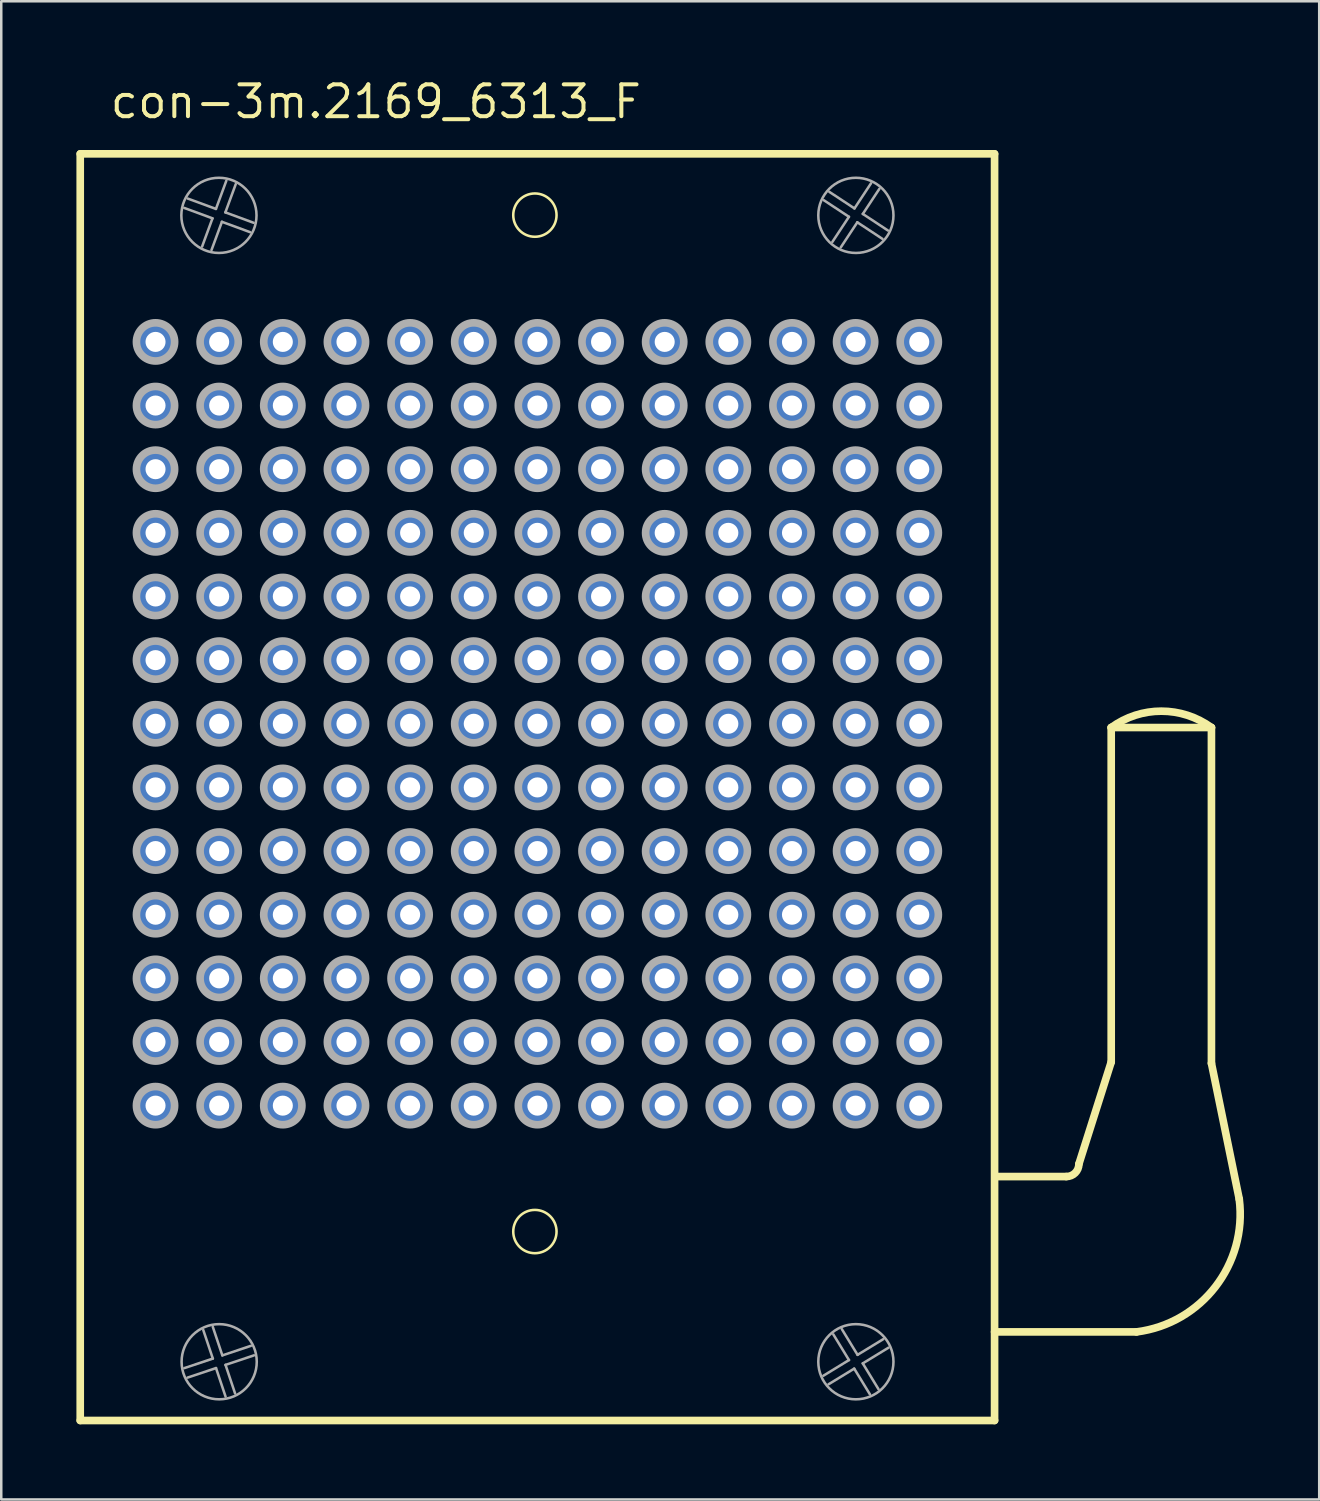
<source format=kicad_pcb>
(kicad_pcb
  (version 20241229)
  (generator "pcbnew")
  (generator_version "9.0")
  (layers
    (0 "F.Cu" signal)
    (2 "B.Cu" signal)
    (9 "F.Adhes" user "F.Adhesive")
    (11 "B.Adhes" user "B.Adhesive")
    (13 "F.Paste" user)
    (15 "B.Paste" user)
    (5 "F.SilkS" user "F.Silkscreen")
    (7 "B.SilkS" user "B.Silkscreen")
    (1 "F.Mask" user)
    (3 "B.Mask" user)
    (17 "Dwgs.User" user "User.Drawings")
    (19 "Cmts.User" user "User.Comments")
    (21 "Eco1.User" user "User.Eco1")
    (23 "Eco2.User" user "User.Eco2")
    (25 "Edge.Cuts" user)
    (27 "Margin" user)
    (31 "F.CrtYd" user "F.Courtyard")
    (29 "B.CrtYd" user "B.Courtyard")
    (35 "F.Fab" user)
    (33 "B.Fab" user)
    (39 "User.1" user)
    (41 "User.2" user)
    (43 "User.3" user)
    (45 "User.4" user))
  (footprint "con-3m.2169_6313_F"
    (layer "F.Cu")
    (at 18.397 25.835)
    (property "Reference" "con-3m.2169_6313_F" (at -17.135 -24.085 0) (layer "F.SilkS") (effects (font (size 1.27 1.27) (thickness 0.16)) (justify left bottom)))
    (attr through_hole)
    (fp_line (start -18.245 -22.745) (end 18.245 -22.745) (stroke (width 0.305) (type default)) (layer "F.SilkS"))
    (fp_line (start -18.245 27.805) (end -18.245 -22.745) (stroke (width 0.305) (type default)) (layer "F.SilkS"))
    (fp_line (start 18.245 -22.745) (end 18.245 27.805) (stroke (width 0.305) (type default)) (layer "F.SilkS"))
    (fp_line (start 18.245 27.805) (end -18.245 27.805) (stroke (width 0.305) (type default)) (layer "F.SilkS"))
    (fp_line (start 21.11 18.07) (end 18.346 18.07) (stroke (width 0.305) (type default)) (layer "F.SilkS"))
    (fp_line (start 21.61 17.57) (end 22.9 13.5) (stroke (width 0.305) (type default)) (layer "F.SilkS"))
    (fp_line (start 22.9 0.15) (end 26.9 0.15) (stroke (width 0.305) (type default)) (layer "F.SilkS"))
    (fp_line (start 22.9 13.5) (end 22.9 0.15) (stroke (width 0.305) (type default)) (layer "F.SilkS"))
    (fp_line (start 23.91 24.27) (end 18.246 24.27) (stroke (width 0.305) (type default)) (layer "F.SilkS"))
    (fp_line (start 26.9 0.15) (end 26.9 13.55) (stroke (width 0.305) (type default)) (layer "F.SilkS"))
    (fp_line (start 26.9 13.55) (end 28.01 18.97) (stroke (width 0.305) (type default)) (layer "F.SilkS"))
    (fp_arc (start 21.61 17.57) (mid 21.463553 17.923553) (end 21.11 18.07) (stroke (width 0.3048) (type default)) (layer "F.SilkS"))
    (fp_arc (start 22.9 0.15) (mid 24.9 -0.503325) (end 26.9 0.15) (stroke (width 0.3048) (type default)) (layer "F.SilkS"))
    (fp_arc (start 28.01 18.97) (mid 27.057666 22.469138) (end 23.91 24.27) (stroke (width 0.3048) (type default)) (layer "F.SilkS"))
    (fp_circle (center -0.1 -20.3) (end 0.764 -20.3) (stroke (width 0.102) (type default)) (fill no) (layer "F.SilkS"))
    (fp_circle (center -0.1 20.265) (end 0.764 20.265) (stroke (width 0.102) (type default)) (fill no) (layer "F.SilkS"))
    (fp_line (start -14.091 25.715) (end -12.953 25.334) (stroke (width 0.102) (type default)) (layer "F.Fab"))
    (fp_line (start -13.955 -20.961) (end -12.829 -20.547) (stroke (width 0.102) (type default)) (layer "F.Fab"))
    (fp_line (start -13.381 -19.045) (end -12.967 -20.171) (stroke (width 0.102) (type default)) (layer "F.Fab"))
    (fp_line (start -12.967 -20.171) (end -14.093 -20.586) (stroke (width 0.102) (type default)) (layer "F.Fab"))
    (fp_line (start -12.954 24.069) (end -12.574 25.207) (stroke (width 0.102) (type default)) (layer "F.Fab"))
    (fp_line (start -12.953 25.334) (end -13.334 24.196) (stroke (width 0.102) (type default)) (layer "F.Fab"))
    (fp_line (start -12.829 -20.547) (end -12.414 -21.673) (stroke (width 0.102) (type default)) (layer "F.Fab"))
    (fp_line (start -12.826 25.713) (end -13.964 26.094) (stroke (width 0.102) (type default)) (layer "F.Fab"))
    (fp_line (start -12.591 -20.033) (end -13.006 -18.907) (stroke (width 0.102) (type default)) (layer "F.Fab"))
    (fp_line (start -12.574 25.207) (end -11.436 24.826) (stroke (width 0.102) (type default)) (layer "F.Fab"))
    (fp_line (start -12.453 -20.409) (end -11.327 -19.994) (stroke (width 0.102) (type default)) (layer "F.Fab"))
    (fp_line (start -12.447 25.586) (end -12.066 26.724) (stroke (width 0.102) (type default)) (layer "F.Fab"))
    (fp_line (start -12.445 26.851) (end -12.826 25.713) (stroke (width 0.102) (type default)) (layer "F.Fab"))
    (fp_line (start -12.039 -21.535) (end -12.453 -20.409) (stroke (width 0.102) (type default)) (layer "F.Fab"))
    (fp_line (start -11.465 -19.619) (end -12.591 -20.033) (stroke (width 0.102) (type default)) (layer "F.Fab"))
    (fp_line (start -11.309 25.205) (end -12.447 25.586) (stroke (width 0.102) (type default)) (layer "F.Fab"))
    (fp_line (start 11.411 26.019) (end 12.435 25.393) (stroke (width 0.102) (type default)) (layer "F.Fab"))
    (fp_line (start 11.651 -21.228) (end 12.653 -20.567) (stroke (width 0.102) (type default)) (layer "F.Fab"))
    (fp_line (start 11.772 -19.231) (end 12.433 -20.233) (stroke (width 0.102) (type default)) (layer "F.Fab"))
    (fp_line (start 12.151 24.161) (end 12.777 25.185) (stroke (width 0.102) (type default)) (layer "F.Fab"))
    (fp_line (start 12.433 -20.233) (end 11.431 -20.894) (stroke (width 0.102) (type default)) (layer "F.Fab"))
    (fp_line (start 12.435 25.393) (end 11.81 24.369) (stroke (width 0.102) (type default)) (layer "F.Fab"))
    (fp_line (start 12.643 25.735) (end 11.619 26.36) (stroke (width 0.102) (type default)) (layer "F.Fab"))
    (fp_line (start 12.653 -20.567) (end 13.314 -21.569) (stroke (width 0.102) (type default)) (layer "F.Fab"))
    (fp_line (start 12.767 -20.013) (end 12.106 -19.011) (stroke (width 0.102) (type default)) (layer "F.Fab"))
    (fp_line (start 12.777 25.185) (end 13.801 24.56) (stroke (width 0.102) (type default)) (layer "F.Fab"))
    (fp_line (start 12.985 25.526) (end 13.61 26.551) (stroke (width 0.102) (type default)) (layer "F.Fab"))
    (fp_line (start 12.987 -20.347) (end 13.989 -19.686) (stroke (width 0.102) (type default)) (layer "F.Fab"))
    (fp_line (start 13.269 26.759) (end 12.643 25.735) (stroke (width 0.102) (type default)) (layer "F.Fab"))
    (fp_line (start 13.648 -21.349) (end 12.987 -20.347) (stroke (width 0.102) (type default)) (layer "F.Fab"))
    (fp_line (start 13.769 -19.352) (end 12.767 -20.013) (stroke (width 0.102) (type default)) (layer "F.Fab"))
    (fp_line (start 14.009 24.901) (end 12.985 25.526) (stroke (width 0.102) (type default)) (layer "F.Fab"))
    (fp_circle (center -15.24 -15.24) (end -14.478 -15.24) (stroke (width 0.305) (type default)) (fill no) (layer "F.Fab"))
    (fp_circle (center -15.24 -12.7) (end -14.478 -12.7) (stroke (width 0.305) (type default)) (fill no) (layer "F.Fab"))
    (fp_circle (center -15.24 -10.16) (end -14.478 -10.16) (stroke (width 0.305) (type default)) (fill no) (layer "F.Fab"))
    (fp_circle (center -15.24 -7.62) (end -14.478 -7.62) (stroke (width 0.305) (type default)) (fill no) (layer "F.Fab"))
    (fp_circle (center -15.24 -5.08) (end -14.478 -5.08) (stroke (width 0.305) (type default)) (fill no) (layer "F.Fab"))
    (fp_circle (center -15.24 -2.54) (end -14.478 -2.54) (stroke (width 0.305) (type default)) (fill no) (layer "F.Fab"))
    (fp_circle (center -15.24 0) (end -14.478 0) (stroke (width 0.305) (type default)) (fill no) (layer "F.Fab"))
    (fp_circle (center -15.24 2.54) (end -14.478 2.54) (stroke (width 0.305) (type default)) (fill no) (layer "F.Fab"))
    (fp_circle (center -15.24 5.08) (end -14.478 5.08) (stroke (width 0.305) (type default)) (fill no) (layer "F.Fab"))
    (fp_circle (center -15.24 7.62) (end -14.478 7.62) (stroke (width 0.305) (type default)) (fill no) (layer "F.Fab"))
    (fp_circle (center -15.24 10.16) (end -14.478 10.16) (stroke (width 0.305) (type default)) (fill no) (layer "F.Fab"))
    (fp_circle (center -15.24 12.7) (end -14.478 12.7) (stroke (width 0.305) (type default)) (fill no) (layer "F.Fab"))
    (fp_circle (center -15.24 15.24) (end -14.478 15.24) (stroke (width 0.305) (type default)) (fill no) (layer "F.Fab"))
    (fp_circle (center -12.71 -20.29) (end -11.21 -20.29) (stroke (width 0.102) (type default)) (fill no) (layer "F.Fab"))
    (fp_circle (center -12.7 -15.24) (end -11.938 -15.24) (stroke (width 0.305) (type default)) (fill no) (layer "F.Fab"))
    (fp_circle (center -12.7 -12.7) (end -11.938 -12.7) (stroke (width 0.305) (type default)) (fill no) (layer "F.Fab"))
    (fp_circle (center -12.7 -10.16) (end -11.938 -10.16) (stroke (width 0.305) (type default)) (fill no) (layer "F.Fab"))
    (fp_circle (center -12.7 -7.62) (end -11.938 -7.62) (stroke (width 0.305) (type default)) (fill no) (layer "F.Fab"))
    (fp_circle (center -12.7 -5.08) (end -11.938 -5.08) (stroke (width 0.305) (type default)) (fill no) (layer "F.Fab"))
    (fp_circle (center -12.7 -2.54) (end -11.938 -2.54) (stroke (width 0.305) (type default)) (fill no) (layer "F.Fab"))
    (fp_circle (center -12.7 0) (end -11.938 0) (stroke (width 0.305) (type default)) (fill no) (layer "F.Fab"))
    (fp_circle (center -12.7 2.54) (end -11.938 2.54) (stroke (width 0.305) (type default)) (fill no) (layer "F.Fab"))
    (fp_circle (center -12.7 5.08) (end -11.938 5.08) (stroke (width 0.305) (type default)) (fill no) (layer "F.Fab"))
    (fp_circle (center -12.7 7.62) (end -11.938 7.62) (stroke (width 0.305) (type default)) (fill no) (layer "F.Fab"))
    (fp_circle (center -12.7 10.16) (end -11.938 10.16) (stroke (width 0.305) (type default)) (fill no) (layer "F.Fab"))
    (fp_circle (center -12.7 12.7) (end -11.938 12.7) (stroke (width 0.305) (type default)) (fill no) (layer "F.Fab"))
    (fp_circle (center -12.7 15.24) (end -11.938 15.24) (stroke (width 0.305) (type default)) (fill no) (layer "F.Fab"))
    (fp_circle (center -12.7 25.46) (end -11.2 25.46) (stroke (width 0.102) (type default)) (fill no) (layer "F.Fab"))
    (fp_circle (center -10.16 -15.24) (end -9.398 -15.24) (stroke (width 0.305) (type default)) (fill no) (layer "F.Fab"))
    (fp_circle (center -10.16 -12.7) (end -9.398 -12.7) (stroke (width 0.305) (type default)) (fill no) (layer "F.Fab"))
    (fp_circle (center -10.16 -10.16) (end -9.398 -10.16) (stroke (width 0.305) (type default)) (fill no) (layer "F.Fab"))
    (fp_circle (center -10.16 -7.62) (end -9.398 -7.62) (stroke (width 0.305) (type default)) (fill no) (layer "F.Fab"))
    (fp_circle (center -10.16 -5.08) (end -9.398 -5.08) (stroke (width 0.305) (type default)) (fill no) (layer "F.Fab"))
    (fp_circle (center -10.16 -2.54) (end -9.398 -2.54) (stroke (width 0.305) (type default)) (fill no) (layer "F.Fab"))
    (fp_circle (center -10.16 0) (end -9.398 0) (stroke (width 0.305) (type default)) (fill no) (layer "F.Fab"))
    (fp_circle (center -10.16 2.54) (end -9.398 2.54) (stroke (width 0.305) (type default)) (fill no) (layer "F.Fab"))
    (fp_circle (center -10.16 5.08) (end -9.398 5.08) (stroke (width 0.305) (type default)) (fill no) (layer "F.Fab"))
    (fp_circle (center -10.16 7.62) (end -9.398 7.62) (stroke (width 0.305) (type default)) (fill no) (layer "F.Fab"))
    (fp_circle (center -10.16 10.16) (end -9.398 10.16) (stroke (width 0.305) (type default)) (fill no) (layer "F.Fab"))
    (fp_circle (center -10.16 12.7) (end -9.398 12.7) (stroke (width 0.305) (type default)) (fill no) (layer "F.Fab"))
    (fp_circle (center -10.16 15.24) (end -9.398 15.24) (stroke (width 0.305) (type default)) (fill no) (layer "F.Fab"))
    (fp_circle (center -7.62 -15.24) (end -6.858 -15.24) (stroke (width 0.305) (type default)) (fill no) (layer "F.Fab"))
    (fp_circle (center -7.62 -12.7) (end -6.858 -12.7) (stroke (width 0.305) (type default)) (fill no) (layer "F.Fab"))
    (fp_circle (center -7.62 -10.16) (end -6.858 -10.16) (stroke (width 0.305) (type default)) (fill no) (layer "F.Fab"))
    (fp_circle (center -7.62 -7.62) (end -6.858 -7.62) (stroke (width 0.305) (type default)) (fill no) (layer "F.Fab"))
    (fp_circle (center -7.62 -5.08) (end -6.858 -5.08) (stroke (width 0.305) (type default)) (fill no) (layer "F.Fab"))
    (fp_circle (center -7.62 -2.54) (end -6.858 -2.54) (stroke (width 0.305) (type default)) (fill no) (layer "F.Fab"))
    (fp_circle (center -7.62 0) (end -6.858 0) (stroke (width 0.305) (type default)) (fill no) (layer "F.Fab"))
    (fp_circle (center -7.62 2.54) (end -6.858 2.54) (stroke (width 0.305) (type default)) (fill no) (layer "F.Fab"))
    (fp_circle (center -7.62 5.08) (end -6.858 5.08) (stroke (width 0.305) (type default)) (fill no) (layer "F.Fab"))
    (fp_circle (center -7.62 7.62) (end -6.858 7.62) (stroke (width 0.305) (type default)) (fill no) (layer "F.Fab"))
    (fp_circle (center -7.62 10.16) (end -6.858 10.16) (stroke (width 0.305) (type default)) (fill no) (layer "F.Fab"))
    (fp_circle (center -7.62 12.7) (end -6.858 12.7) (stroke (width 0.305) (type default)) (fill no) (layer "F.Fab"))
    (fp_circle (center -7.62 15.24) (end -6.858 15.24) (stroke (width 0.305) (type default)) (fill no) (layer "F.Fab"))
    (fp_circle (center -5.08 -15.24) (end -4.318 -15.24) (stroke (width 0.305) (type default)) (fill no) (layer "F.Fab"))
    (fp_circle (center -5.08 -12.7) (end -4.318 -12.7) (stroke (width 0.305) (type default)) (fill no) (layer "F.Fab"))
    (fp_circle (center -5.08 -10.16) (end -4.318 -10.16) (stroke (width 0.305) (type default)) (fill no) (layer "F.Fab"))
    (fp_circle (center -5.08 -7.62) (end -4.318 -7.62) (stroke (width 0.305) (type default)) (fill no) (layer "F.Fab"))
    (fp_circle (center -5.08 -5.08) (end -4.318 -5.08) (stroke (width 0.305) (type default)) (fill no) (layer "F.Fab"))
    (fp_circle (center -5.08 -2.54) (end -4.318 -2.54) (stroke (width 0.305) (type default)) (fill no) (layer "F.Fab"))
    (fp_circle (center -5.08 0) (end -4.318 0) (stroke (width 0.305) (type default)) (fill no) (layer "F.Fab"))
    (fp_circle (center -5.08 2.54) (end -4.318 2.54) (stroke (width 0.305) (type default)) (fill no) (layer "F.Fab"))
    (fp_circle (center -5.08 5.08) (end -4.318 5.08) (stroke (width 0.305) (type default)) (fill no) (layer "F.Fab"))
    (fp_circle (center -5.08 7.62) (end -4.318 7.62) (stroke (width 0.305) (type default)) (fill no) (layer "F.Fab"))
    (fp_circle (center -5.08 10.16) (end -4.318 10.16) (stroke (width 0.305) (type default)) (fill no) (layer "F.Fab"))
    (fp_circle (center -5.08 12.7) (end -4.318 12.7) (stroke (width 0.305) (type default)) (fill no) (layer "F.Fab"))
    (fp_circle (center -5.08 15.24) (end -4.318 15.24) (stroke (width 0.305) (type default)) (fill no) (layer "F.Fab"))
    (fp_circle (center -2.54 -15.24) (end -1.778 -15.24) (stroke (width 0.305) (type default)) (fill no) (layer "F.Fab"))
    (fp_circle (center -2.54 -12.7) (end -1.778 -12.7) (stroke (width 0.305) (type default)) (fill no) (layer "F.Fab"))
    (fp_circle (center -2.54 -10.16) (end -1.778 -10.16) (stroke (width 0.305) (type default)) (fill no) (layer "F.Fab"))
    (fp_circle (center -2.54 -7.62) (end -1.778 -7.62) (stroke (width 0.305) (type default)) (fill no) (layer "F.Fab"))
    (fp_circle (center -2.54 -5.08) (end -1.778 -5.08) (stroke (width 0.305) (type default)) (fill no) (layer "F.Fab"))
    (fp_circle (center -2.54 -2.54) (end -1.778 -2.54) (stroke (width 0.305) (type default)) (fill no) (layer "F.Fab"))
    (fp_circle (center -2.54 0) (end -1.778 0) (stroke (width 0.305) (type default)) (fill no) (layer "F.Fab"))
    (fp_circle (center -2.54 2.54) (end -1.778 2.54) (stroke (width 0.305) (type default)) (fill no) (layer "F.Fab"))
    (fp_circle (center -2.54 5.08) (end -1.778 5.08) (stroke (width 0.305) (type default)) (fill no) (layer "F.Fab"))
    (fp_circle (center -2.54 7.62) (end -1.778 7.62) (stroke (width 0.305) (type default)) (fill no) (layer "F.Fab"))
    (fp_circle (center -2.54 10.16) (end -1.778 10.16) (stroke (width 0.305) (type default)) (fill no) (layer "F.Fab"))
    (fp_circle (center -2.54 12.7) (end -1.778 12.7) (stroke (width 0.305) (type default)) (fill no) (layer "F.Fab"))
    (fp_circle (center -2.54 15.24) (end -1.778 15.24) (stroke (width 0.305) (type default)) (fill no) (layer "F.Fab"))
    (fp_circle (center 0 -15.24) (end 0.762 -15.24) (stroke (width 0.305) (type default)) (fill no) (layer "F.Fab"))
    (fp_circle (center 0 -12.7) (end 0.762 -12.7) (stroke (width 0.305) (type default)) (fill no) (layer "F.Fab"))
    (fp_circle (center 0 -10.16) (end 0.762 -10.16) (stroke (width 0.305) (type default)) (fill no) (layer "F.Fab"))
    (fp_circle (center 0 -7.62) (end 0.762 -7.62) (stroke (width 0.305) (type default)) (fill no) (layer "F.Fab"))
    (fp_circle (center 0 -5.08) (end 0.762 -5.08) (stroke (width 0.305) (type default)) (fill no) (layer "F.Fab"))
    (fp_circle (center 0 -2.54) (end 0.762 -2.54) (stroke (width 0.305) (type default)) (fill no) (layer "F.Fab"))
    (fp_circle (center 0 0) (end 0.762 0) (stroke (width 0.305) (type default)) (fill no) (layer "F.Fab"))
    (fp_circle (center 0 2.54) (end 0.762 2.54) (stroke (width 0.305) (type default)) (fill no) (layer "F.Fab"))
    (fp_circle (center 0 5.08) (end 0.762 5.08) (stroke (width 0.305) (type default)) (fill no) (layer "F.Fab"))
    (fp_circle (center 0 7.62) (end 0.762 7.62) (stroke (width 0.305) (type default)) (fill no) (layer "F.Fab"))
    (fp_circle (center 0 10.16) (end 0.762 10.16) (stroke (width 0.305) (type default)) (fill no) (layer "F.Fab"))
    (fp_circle (center 0 12.7) (end 0.762 12.7) (stroke (width 0.305) (type default)) (fill no) (layer "F.Fab"))
    (fp_circle (center 0 15.24) (end 0.762 15.24) (stroke (width 0.305) (type default)) (fill no) (layer "F.Fab"))
    (fp_circle (center 2.54 -15.24) (end 3.302 -15.24) (stroke (width 0.305) (type default)) (fill no) (layer "F.Fab"))
    (fp_circle (center 2.54 -12.7) (end 3.302 -12.7) (stroke (width 0.305) (type default)) (fill no) (layer "F.Fab"))
    (fp_circle (center 2.54 -10.16) (end 3.302 -10.16) (stroke (width 0.305) (type default)) (fill no) (layer "F.Fab"))
    (fp_circle (center 2.54 -7.62) (end 3.302 -7.62) (stroke (width 0.305) (type default)) (fill no) (layer "F.Fab"))
    (fp_circle (center 2.54 -5.08) (end 3.302 -5.08) (stroke (width 0.305) (type default)) (fill no) (layer "F.Fab"))
    (fp_circle (center 2.54 -2.54) (end 3.302 -2.54) (stroke (width 0.305) (type default)) (fill no) (layer "F.Fab"))
    (fp_circle (center 2.54 0) (end 3.302 0) (stroke (width 0.305) (type default)) (fill no) (layer "F.Fab"))
    (fp_circle (center 2.54 2.54) (end 3.302 2.54) (stroke (width 0.305) (type default)) (fill no) (layer "F.Fab"))
    (fp_circle (center 2.54 5.08) (end 3.302 5.08) (stroke (width 0.305) (type default)) (fill no) (layer "F.Fab"))
    (fp_circle (center 2.54 7.62) (end 3.302 7.62) (stroke (width 0.305) (type default)) (fill no) (layer "F.Fab"))
    (fp_circle (center 2.54 10.16) (end 3.302 10.16) (stroke (width 0.305) (type default)) (fill no) (layer "F.Fab"))
    (fp_circle (center 2.54 12.7) (end 3.302 12.7) (stroke (width 0.305) (type default)) (fill no) (layer "F.Fab"))
    (fp_circle (center 2.54 15.24) (end 3.302 15.24) (stroke (width 0.305) (type default)) (fill no) (layer "F.Fab"))
    (fp_circle (center 5.08 -15.24) (end 5.842 -15.24) (stroke (width 0.305) (type default)) (fill no) (layer "F.Fab"))
    (fp_circle (center 5.08 -12.7) (end 5.842 -12.7) (stroke (width 0.305) (type default)) (fill no) (layer "F.Fab"))
    (fp_circle (center 5.08 -10.16) (end 5.842 -10.16) (stroke (width 0.305) (type default)) (fill no) (layer "F.Fab"))
    (fp_circle (center 5.08 -7.62) (end 5.842 -7.62) (stroke (width 0.305) (type default)) (fill no) (layer "F.Fab"))
    (fp_circle (center 5.08 -5.08) (end 5.842 -5.08) (stroke (width 0.305) (type default)) (fill no) (layer "F.Fab"))
    (fp_circle (center 5.08 -2.54) (end 5.842 -2.54) (stroke (width 0.305) (type default)) (fill no) (layer "F.Fab"))
    (fp_circle (center 5.08 0) (end 5.842 0) (stroke (width 0.305) (type default)) (fill no) (layer "F.Fab"))
    (fp_circle (center 5.08 2.54) (end 5.842 2.54) (stroke (width 0.305) (type default)) (fill no) (layer "F.Fab"))
    (fp_circle (center 5.08 5.08) (end 5.842 5.08) (stroke (width 0.305) (type default)) (fill no) (layer "F.Fab"))
    (fp_circle (center 5.08 7.62) (end 5.842 7.62) (stroke (width 0.305) (type default)) (fill no) (layer "F.Fab"))
    (fp_circle (center 5.08 10.16) (end 5.842 10.16) (stroke (width 0.305) (type default)) (fill no) (layer "F.Fab"))
    (fp_circle (center 5.08 12.7) (end 5.842 12.7) (stroke (width 0.305) (type default)) (fill no) (layer "F.Fab"))
    (fp_circle (center 5.08 15.24) (end 5.842 15.24) (stroke (width 0.305) (type default)) (fill no) (layer "F.Fab"))
    (fp_circle (center 7.62 -15.24) (end 8.382 -15.24) (stroke (width 0.305) (type default)) (fill no) (layer "F.Fab"))
    (fp_circle (center 7.62 -12.7) (end 8.382 -12.7) (stroke (width 0.305) (type default)) (fill no) (layer "F.Fab"))
    (fp_circle (center 7.62 -10.16) (end 8.382 -10.16) (stroke (width 0.305) (type default)) (fill no) (layer "F.Fab"))
    (fp_circle (center 7.62 -7.62) (end 8.382 -7.62) (stroke (width 0.305) (type default)) (fill no) (layer "F.Fab"))
    (fp_circle (center 7.62 -5.08) (end 8.382 -5.08) (stroke (width 0.305) (type default)) (fill no) (layer "F.Fab"))
    (fp_circle (center 7.62 -2.54) (end 8.382 -2.54) (stroke (width 0.305) (type default)) (fill no) (layer "F.Fab"))
    (fp_circle (center 7.62 0) (end 8.382 0) (stroke (width 0.305) (type default)) (fill no) (layer "F.Fab"))
    (fp_circle (center 7.62 2.54) (end 8.382 2.54) (stroke (width 0.305) (type default)) (fill no) (layer "F.Fab"))
    (fp_circle (center 7.62 5.08) (end 8.382 5.08) (stroke (width 0.305) (type default)) (fill no) (layer "F.Fab"))
    (fp_circle (center 7.62 7.62) (end 8.382 7.62) (stroke (width 0.305) (type default)) (fill no) (layer "F.Fab"))
    (fp_circle (center 7.62 10.16) (end 8.382 10.16) (stroke (width 0.305) (type default)) (fill no) (layer "F.Fab"))
    (fp_circle (center 7.62 12.7) (end 8.382 12.7) (stroke (width 0.305) (type default)) (fill no) (layer "F.Fab"))
    (fp_circle (center 7.62 15.24) (end 8.382 15.24) (stroke (width 0.305) (type default)) (fill no) (layer "F.Fab"))
    (fp_circle (center 10.16 -15.24) (end 10.922 -15.24) (stroke (width 0.305) (type default)) (fill no) (layer "F.Fab"))
    (fp_circle (center 10.16 -12.7) (end 10.922 -12.7) (stroke (width 0.305) (type default)) (fill no) (layer "F.Fab"))
    (fp_circle (center 10.16 -10.16) (end 10.922 -10.16) (stroke (width 0.305) (type default)) (fill no) (layer "F.Fab"))
    (fp_circle (center 10.16 -7.62) (end 10.922 -7.62) (stroke (width 0.305) (type default)) (fill no) (layer "F.Fab"))
    (fp_circle (center 10.16 -5.08) (end 10.922 -5.08) (stroke (width 0.305) (type default)) (fill no) (layer "F.Fab"))
    (fp_circle (center 10.16 -2.54) (end 10.922 -2.54) (stroke (width 0.305) (type default)) (fill no) (layer "F.Fab"))
    (fp_circle (center 10.16 0) (end 10.922 0) (stroke (width 0.305) (type default)) (fill no) (layer "F.Fab"))
    (fp_circle (center 10.16 2.54) (end 10.922 2.54) (stroke (width 0.305) (type default)) (fill no) (layer "F.Fab"))
    (fp_circle (center 10.16 5.08) (end 10.922 5.08) (stroke (width 0.305) (type default)) (fill no) (layer "F.Fab"))
    (fp_circle (center 10.16 7.62) (end 10.922 7.62) (stroke (width 0.305) (type default)) (fill no) (layer "F.Fab"))
    (fp_circle (center 10.16 10.16) (end 10.922 10.16) (stroke (width 0.305) (type default)) (fill no) (layer "F.Fab"))
    (fp_circle (center 10.16 12.7) (end 10.922 12.7) (stroke (width 0.305) (type default)) (fill no) (layer "F.Fab"))
    (fp_circle (center 10.16 15.24) (end 10.922 15.24) (stroke (width 0.305) (type default)) (fill no) (layer "F.Fab"))
    (fp_circle (center 12.7 -15.24) (end 13.462 -15.24) (stroke (width 0.305) (type default)) (fill no) (layer "F.Fab"))
    (fp_circle (center 12.7 -12.7) (end 13.462 -12.7) (stroke (width 0.305) (type default)) (fill no) (layer "F.Fab"))
    (fp_circle (center 12.7 -10.16) (end 13.462 -10.16) (stroke (width 0.305) (type default)) (fill no) (layer "F.Fab"))
    (fp_circle (center 12.7 -7.62) (end 13.462 -7.62) (stroke (width 0.305) (type default)) (fill no) (layer "F.Fab"))
    (fp_circle (center 12.7 -5.08) (end 13.462 -5.08) (stroke (width 0.305) (type default)) (fill no) (layer "F.Fab"))
    (fp_circle (center 12.7 -2.54) (end 13.462 -2.54) (stroke (width 0.305) (type default)) (fill no) (layer "F.Fab"))
    (fp_circle (center 12.7 0) (end 13.462 0) (stroke (width 0.305) (type default)) (fill no) (layer "F.Fab"))
    (fp_circle (center 12.7 2.54) (end 13.462 2.54) (stroke (width 0.305) (type default)) (fill no) (layer "F.Fab"))
    (fp_circle (center 12.7 5.08) (end 13.462 5.08) (stroke (width 0.305) (type default)) (fill no) (layer "F.Fab"))
    (fp_circle (center 12.7 7.62) (end 13.462 7.62) (stroke (width 0.305) (type default)) (fill no) (layer "F.Fab"))
    (fp_circle (center 12.7 10.16) (end 13.462 10.16) (stroke (width 0.305) (type default)) (fill no) (layer "F.Fab"))
    (fp_circle (center 12.7 12.7) (end 13.462 12.7) (stroke (width 0.305) (type default)) (fill no) (layer "F.Fab"))
    (fp_circle (center 12.7 15.24) (end 13.462 15.24) (stroke (width 0.305) (type default)) (fill no) (layer "F.Fab"))
    (fp_circle (center 12.71 -20.29) (end 14.21 -20.29) (stroke (width 0.102) (type default)) (fill no) (layer "F.Fab"))
    (fp_circle (center 12.71 25.46) (end 14.21 25.46) (stroke (width 0.102) (type default)) (fill no) (layer "F.Fab"))
    (fp_circle (center 15.24 -15.24) (end 16.002 -15.24) (stroke (width 0.305) (type default)) (fill no) (layer "F.Fab"))
    (fp_circle (center 15.24 -12.7) (end 16.002 -12.7) (stroke (width 0.305) (type default)) (fill no) (layer "F.Fab"))
    (fp_circle (center 15.24 -10.16) (end 16.002 -10.16) (stroke (width 0.305) (type default)) (fill no) (layer "F.Fab"))
    (fp_circle (center 15.24 -7.62) (end 16.002 -7.62) (stroke (width 0.305) (type default)) (fill no) (layer "F.Fab"))
    (fp_circle (center 15.24 -5.08) (end 16.002 -5.08) (stroke (width 0.305) (type default)) (fill no) (layer "F.Fab"))
    (fp_circle (center 15.24 -2.54) (end 16.002 -2.54) (stroke (width 0.305) (type default)) (fill no) (layer "F.Fab"))
    (fp_circle (center 15.24 0) (end 16.002 0) (stroke (width 0.305) (type default)) (fill no) (layer "F.Fab"))
    (fp_circle (center 15.24 2.54) (end 16.002 2.54) (stroke (width 0.305) (type default)) (fill no) (layer "F.Fab"))
    (fp_circle (center 15.24 5.08) (end 16.002 5.08) (stroke (width 0.305) (type default)) (fill no) (layer "F.Fab"))
    (fp_circle (center 15.24 7.62) (end 16.002 7.62) (stroke (width 0.305) (type default)) (fill no) (layer "F.Fab"))
    (fp_circle (center 15.24 10.16) (end 16.002 10.16) (stroke (width 0.305) (type default)) (fill no) (layer "F.Fab"))
    (fp_circle (center 15.24 12.7) (end 16.002 12.7) (stroke (width 0.305) (type default)) (fill no) (layer "F.Fab"))
    (fp_circle (center 15.24 15.24) (end 16.002 15.24) (stroke (width 0.305) (type default)) (fill no) (layer "F.Fab"))
    (pad "A1" thru_hole circle (at -15.24 -15.24) (size 1.4 1.4) (drill 0.8) (layers "*.Cu" "*.Mask"))
    (pad "A2" thru_hole circle (at -12.7 -15.24) (size 1.4 1.4) (drill 0.8) (layers "*.Cu" "*.Mask"))
    (pad "A3" thru_hole circle (at -10.16 -15.24) (size 1.4 1.4) (drill 0.8) (layers "*.Cu" "*.Mask"))
    (pad "A4" thru_hole circle (at -7.62 -15.24) (size 1.4 1.4) (drill 0.8) (layers "*.Cu" "*.Mask"))
    (pad "A5" thru_hole circle (at -5.08 -15.24) (size 1.4 1.4) (drill 0.8) (layers "*.Cu" "*.Mask"))
    (pad "A6" thru_hole circle (at -2.54 -15.24) (size 1.4 1.4) (drill 0.8) (layers "*.Cu" "*.Mask"))
    (pad "A7" thru_hole circle (at 0 -15.24) (size 1.4 1.4) (drill 0.8) (layers "*.Cu" "*.Mask"))
    (pad "A8" thru_hole circle (at 2.54 -15.24) (size 1.4 1.4) (drill 0.8) (layers "*.Cu" "*.Mask"))
    (pad "A9" thru_hole circle (at 5.08 -15.24) (size 1.4 1.4) (drill 0.8) (layers "*.Cu" "*.Mask"))
    (pad "A10" thru_hole circle (at 7.62 -15.24) (size 1.4 1.4) (drill 0.8) (layers "*.Cu" "*.Mask"))
    (pad "A11" thru_hole circle (at 10.16 -15.24) (size 1.4 1.4) (drill 0.8) (layers "*.Cu" "*.Mask"))
    (pad "A12" thru_hole circle (at 12.7 -15.24) (size 1.4 1.4) (drill 0.8) (layers "*.Cu" "*.Mask"))
    (pad "A13" thru_hole circle (at 15.24 -15.24) (size 1.4 1.4) (drill 0.8) (layers "*.Cu" "*.Mask"))
    (pad "B1" thru_hole circle (at -15.24 -12.7) (size 1.4 1.4) (drill 0.8) (layers "*.Cu" "*.Mask"))
    (pad "B2" thru_hole circle (at -12.7 -12.7) (size 1.4 1.4) (drill 0.8) (layers "*.Cu" "*.Mask"))
    (pad "B3" thru_hole circle (at -10.16 -12.7) (size 1.4 1.4) (drill 0.8) (layers "*.Cu" "*.Mask"))
    (pad "B4" thru_hole circle (at -7.62 -12.7) (size 1.4 1.4) (drill 0.8) (layers "*.Cu" "*.Mask"))
    (pad "B5" thru_hole circle (at -5.08 -12.7) (size 1.4 1.4) (drill 0.8) (layers "*.Cu" "*.Mask"))
    (pad "B6" thru_hole circle (at -2.54 -12.7) (size 1.4 1.4) (drill 0.8) (layers "*.Cu" "*.Mask"))
    (pad "B7" thru_hole circle (at 0 -12.7) (size 1.4 1.4) (drill 0.8) (layers "*.Cu" "*.Mask"))
    (pad "B8" thru_hole circle (at 2.54 -12.7) (size 1.4 1.4) (drill 0.8) (layers "*.Cu" "*.Mask"))
    (pad "B9" thru_hole circle (at 5.08 -12.7) (size 1.4 1.4) (drill 0.8) (layers "*.Cu" "*.Mask"))
    (pad "B10" thru_hole circle (at 7.62 -12.7) (size 1.4 1.4) (drill 0.8) (layers "*.Cu" "*.Mask"))
    (pad "B11" thru_hole circle (at 10.16 -12.7) (size 1.4 1.4) (drill 0.8) (layers "*.Cu" "*.Mask"))
    (pad "B12" thru_hole circle (at 12.7 -12.7) (size 1.4 1.4) (drill 0.8) (layers "*.Cu" "*.Mask"))
    (pad "B13" thru_hole circle (at 15.24 -12.7) (size 1.4 1.4) (drill 0.8) (layers "*.Cu" "*.Mask"))
    (pad "C1" thru_hole circle (at -15.24 -10.16) (size 1.4 1.4) (drill 0.8) (layers "*.Cu" "*.Mask"))
    (pad "C2" thru_hole circle (at -12.7 -10.16) (size 1.4 1.4) (drill 0.8) (layers "*.Cu" "*.Mask"))
    (pad "C3" thru_hole circle (at -10.16 -10.16) (size 1.4 1.4) (drill 0.8) (layers "*.Cu" "*.Mask"))
    (pad "C4" thru_hole circle (at -7.62 -10.16) (size 1.4 1.4) (drill 0.8) (layers "*.Cu" "*.Mask"))
    (pad "C5" thru_hole circle (at -5.08 -10.16) (size 1.4 1.4) (drill 0.8) (layers "*.Cu" "*.Mask"))
    (pad "C6" thru_hole circle (at -2.54 -10.16) (size 1.4 1.4) (drill 0.8) (layers "*.Cu" "*.Mask"))
    (pad "C7" thru_hole circle (at 0 -10.16) (size 1.4 1.4) (drill 0.8) (layers "*.Cu" "*.Mask"))
    (pad "C8" thru_hole circle (at 2.54 -10.16) (size 1.4 1.4) (drill 0.8) (layers "*.Cu" "*.Mask"))
    (pad "C9" thru_hole circle (at 5.08 -10.16) (size 1.4 1.4) (drill 0.8) (layers "*.Cu" "*.Mask"))
    (pad "C10" thru_hole circle (at 7.62 -10.16) (size 1.4 1.4) (drill 0.8) (layers "*.Cu" "*.Mask"))
    (pad "C11" thru_hole circle (at 10.16 -10.16) (size 1.4 1.4) (drill 0.8) (layers "*.Cu" "*.Mask"))
    (pad "C12" thru_hole circle (at 12.7 -10.16) (size 1.4 1.4) (drill 0.8) (layers "*.Cu" "*.Mask"))
    (pad "C13" thru_hole circle (at 15.24 -10.16) (size 1.4 1.4) (drill 0.8) (layers "*.Cu" "*.Mask"))
    (pad "D1" thru_hole circle (at -15.24 -7.62) (size 1.4 1.4) (drill 0.8) (layers "*.Cu" "*.Mask"))
    (pad "D2" thru_hole circle (at -12.7 -7.62) (size 1.4 1.4) (drill 0.8) (layers "*.Cu" "*.Mask"))
    (pad "D3" thru_hole circle (at -10.16 -7.62) (size 1.4 1.4) (drill 0.8) (layers "*.Cu" "*.Mask"))
    (pad "D4" thru_hole circle (at -7.62 -7.62) (size 1.4 1.4) (drill 0.8) (layers "*.Cu" "*.Mask"))
    (pad "D5" thru_hole circle (at -5.08 -7.62) (size 1.4 1.4) (drill 0.8) (layers "*.Cu" "*.Mask"))
    (pad "D6" thru_hole circle (at -2.54 -7.62) (size 1.4 1.4) (drill 0.8) (layers "*.Cu" "*.Mask"))
    (pad "D7" thru_hole circle (at 0 -7.62) (size 1.4 1.4) (drill 0.8) (layers "*.Cu" "*.Mask"))
    (pad "D8" thru_hole circle (at 2.54 -7.62) (size 1.4 1.4) (drill 0.8) (layers "*.Cu" "*.Mask"))
    (pad "D9" thru_hole circle (at 5.08 -7.62) (size 1.4 1.4) (drill 0.8) (layers "*.Cu" "*.Mask"))
    (pad "D10" thru_hole circle (at 7.62 -7.62) (size 1.4 1.4) (drill 0.8) (layers "*.Cu" "*.Mask"))
    (pad "D11" thru_hole circle (at 10.16 -7.62) (size 1.4 1.4) (drill 0.8) (layers "*.Cu" "*.Mask"))
    (pad "D12" thru_hole circle (at 12.7 -7.62) (size 1.4 1.4) (drill 0.8) (layers "*.Cu" "*.Mask"))
    (pad "D13" thru_hole circle (at 15.24 -7.62) (size 1.4 1.4) (drill 0.8) (layers "*.Cu" "*.Mask"))
    (pad "E1" thru_hole circle (at -15.24 -5.08) (size 1.4 1.4) (drill 0.8) (layers "*.Cu" "*.Mask"))
    (pad "E2" thru_hole circle (at -12.7 -5.08) (size 1.4 1.4) (drill 0.8) (layers "*.Cu" "*.Mask"))
    (pad "E3" thru_hole circle (at -10.16 -5.08) (size 1.4 1.4) (drill 0.8) (layers "*.Cu" "*.Mask"))
    (pad "E4" thru_hole circle (at -7.62 -5.08) (size 1.4 1.4) (drill 0.8) (layers "*.Cu" "*.Mask"))
    (pad "E5" thru_hole circle (at -5.08 -5.08) (size 1.4 1.4) (drill 0.8) (layers "*.Cu" "*.Mask"))
    (pad "E6" thru_hole circle (at -2.54 -5.08) (size 1.4 1.4) (drill 0.8) (layers "*.Cu" "*.Mask"))
    (pad "E7" thru_hole circle (at 0 -5.08) (size 1.4 1.4) (drill 0.8) (layers "*.Cu" "*.Mask"))
    (pad "E8" thru_hole circle (at 2.54 -5.08) (size 1.4 1.4) (drill 0.8) (layers "*.Cu" "*.Mask"))
    (pad "E9" thru_hole circle (at 5.08 -5.08) (size 1.4 1.4) (drill 0.8) (layers "*.Cu" "*.Mask"))
    (pad "E10" thru_hole circle (at 7.62 -5.08) (size 1.4 1.4) (drill 0.8) (layers "*.Cu" "*.Mask"))
    (pad "E11" thru_hole circle (at 10.16 -5.08) (size 1.4 1.4) (drill 0.8) (layers "*.Cu" "*.Mask"))
    (pad "E12" thru_hole circle (at 12.7 -5.08) (size 1.4 1.4) (drill 0.8) (layers "*.Cu" "*.Mask"))
    (pad "E13" thru_hole circle (at 15.24 -5.08) (size 1.4 1.4) (drill 0.8) (layers "*.Cu" "*.Mask"))
    (pad "F1" thru_hole circle (at -15.24 -2.54) (size 1.4 1.4) (drill 0.8) (layers "*.Cu" "*.Mask"))
    (pad "F2" thru_hole circle (at -12.7 -2.54) (size 1.4 1.4) (drill 0.8) (layers "*.Cu" "*.Mask"))
    (pad "F3" thru_hole circle (at -10.16 -2.54) (size 1.4 1.4) (drill 0.8) (layers "*.Cu" "*.Mask"))
    (pad "F4" thru_hole circle (at -7.62 -2.54) (size 1.4 1.4) (drill 0.8) (layers "*.Cu" "*.Mask"))
    (pad "F5" thru_hole circle (at -5.08 -2.54) (size 1.4 1.4) (drill 0.8) (layers "*.Cu" "*.Mask"))
    (pad "F6" thru_hole circle (at -2.54 -2.54) (size 1.4 1.4) (drill 0.8) (layers "*.Cu" "*.Mask"))
    (pad "F7" thru_hole circle (at 0 -2.54) (size 1.4 1.4) (drill 0.8) (layers "*.Cu" "*.Mask"))
    (pad "F8" thru_hole circle (at 2.54 -2.54) (size 1.4 1.4) (drill 0.8) (layers "*.Cu" "*.Mask"))
    (pad "F9" thru_hole circle (at 5.08 -2.54) (size 1.4 1.4) (drill 0.8) (layers "*.Cu" "*.Mask"))
    (pad "F10" thru_hole circle (at 7.62 -2.54) (size 1.4 1.4) (drill 0.8) (layers "*.Cu" "*.Mask"))
    (pad "F11" thru_hole circle (at 10.16 -2.54) (size 1.4 1.4) (drill 0.8) (layers "*.Cu" "*.Mask"))
    (pad "F12" thru_hole circle (at 12.7 -2.54) (size 1.4 1.4) (drill 0.8) (layers "*.Cu" "*.Mask"))
    (pad "F13" thru_hole circle (at 15.24 -2.54) (size 1.4 1.4) (drill 0.8) (layers "*.Cu" "*.Mask"))
    (pad "G1" thru_hole circle (at -15.24 0) (size 1.4 1.4) (drill 0.8) (layers "*.Cu" "*.Mask"))
    (pad "G2" thru_hole circle (at -12.7 0) (size 1.4 1.4) (drill 0.8) (layers "*.Cu" "*.Mask"))
    (pad "G3" thru_hole circle (at -10.16 0) (size 1.4 1.4) (drill 0.8) (layers "*.Cu" "*.Mask"))
    (pad "G4" thru_hole circle (at -7.62 0) (size 1.4 1.4) (drill 0.8) (layers "*.Cu" "*.Mask"))
    (pad "G5" thru_hole circle (at -5.08 0) (size 1.4 1.4) (drill 0.8) (layers "*.Cu" "*.Mask"))
    (pad "G6" thru_hole circle (at -2.54 0) (size 1.4 1.4) (drill 0.8) (layers "*.Cu" "*.Mask"))
    (pad "G7" thru_hole circle (at 0 0) (size 1.4 1.4) (drill 0.8) (layers "*.Cu" "*.Mask"))
    (pad "G8" thru_hole circle (at 2.54 0) (size 1.4 1.4) (drill 0.8) (layers "*.Cu" "*.Mask"))
    (pad "G9" thru_hole circle (at 5.08 0) (size 1.4 1.4) (drill 0.8) (layers "*.Cu" "*.Mask"))
    (pad "G10" thru_hole circle (at 7.62 0) (size 1.4 1.4) (drill 0.8) (layers "*.Cu" "*.Mask"))
    (pad "G11" thru_hole circle (at 10.16 0) (size 1.4 1.4) (drill 0.8) (layers "*.Cu" "*.Mask"))
    (pad "G12" thru_hole circle (at 12.7 0) (size 1.4 1.4) (drill 0.8) (layers "*.Cu" "*.Mask"))
    (pad "G13" thru_hole circle (at 15.24 0) (size 1.4 1.4) (drill 0.8) (layers "*.Cu" "*.Mask"))
    (pad "H1" thru_hole circle (at -15.24 2.54) (size 1.4 1.4) (drill 0.8) (layers "*.Cu" "*.Mask"))
    (pad "H2" thru_hole circle (at -12.7 2.54) (size 1.4 1.4) (drill 0.8) (layers "*.Cu" "*.Mask"))
    (pad "H3" thru_hole circle (at -10.16 2.54) (size 1.4 1.4) (drill 0.8) (layers "*.Cu" "*.Mask"))
    (pad "H4" thru_hole circle (at -7.62 2.54) (size 1.4 1.4) (drill 0.8) (layers "*.Cu" "*.Mask"))
    (pad "H5" thru_hole circle (at -5.08 2.54) (size 1.4 1.4) (drill 0.8) (layers "*.Cu" "*.Mask"))
    (pad "H6" thru_hole circle (at -2.54 2.54) (size 1.4 1.4) (drill 0.8) (layers "*.Cu" "*.Mask"))
    (pad "H7" thru_hole circle (at 0 2.54) (size 1.4 1.4) (drill 0.8) (layers "*.Cu" "*.Mask"))
    (pad "H8" thru_hole circle (at 2.54 2.54) (size 1.4 1.4) (drill 0.8) (layers "*.Cu" "*.Mask"))
    (pad "H9" thru_hole circle (at 5.08 2.54) (size 1.4 1.4) (drill 0.8) (layers "*.Cu" "*.Mask"))
    (pad "H10" thru_hole circle (at 7.62 2.54) (size 1.4 1.4) (drill 0.8) (layers "*.Cu" "*.Mask"))
    (pad "H11" thru_hole circle (at 10.16 2.54) (size 1.4 1.4) (drill 0.8) (layers "*.Cu" "*.Mask"))
    (pad "H12" thru_hole circle (at 12.7 2.54) (size 1.4 1.4) (drill 0.8) (layers "*.Cu" "*.Mask"))
    (pad "H13" thru_hole circle (at 15.24 2.54) (size 1.4 1.4) (drill 0.8) (layers "*.Cu" "*.Mask"))
    (pad "J1" thru_hole circle (at -15.24 5.08) (size 1.4 1.4) (drill 0.8) (layers "*.Cu" "*.Mask"))
    (pad "J2" thru_hole circle (at -12.7 5.08) (size 1.4 1.4) (drill 0.8) (layers "*.Cu" "*.Mask"))
    (pad "J3" thru_hole circle (at -10.16 5.08) (size 1.4 1.4) (drill 0.8) (layers "*.Cu" "*.Mask"))
    (pad "J4" thru_hole circle (at -7.62 5.08) (size 1.4 1.4) (drill 0.8) (layers "*.Cu" "*.Mask"))
    (pad "J5" thru_hole circle (at -5.08 5.08) (size 1.4 1.4) (drill 0.8) (layers "*.Cu" "*.Mask"))
    (pad "J6" thru_hole circle (at -2.54 5.08) (size 1.4 1.4) (drill 0.8) (layers "*.Cu" "*.Mask"))
    (pad "J7" thru_hole circle (at 0 5.08) (size 1.4 1.4) (drill 0.8) (layers "*.Cu" "*.Mask"))
    (pad "J8" thru_hole circle (at 2.54 5.08) (size 1.4 1.4) (drill 0.8) (layers "*.Cu" "*.Mask"))
    (pad "J9" thru_hole circle (at 5.08 5.08) (size 1.4 1.4) (drill 0.8) (layers "*.Cu" "*.Mask"))
    (pad "J10" thru_hole circle (at 7.62 5.08) (size 1.4 1.4) (drill 0.8) (layers "*.Cu" "*.Mask"))
    (pad "J11" thru_hole circle (at 10.16 5.08) (size 1.4 1.4) (drill 0.8) (layers "*.Cu" "*.Mask"))
    (pad "J12" thru_hole circle (at 12.7 5.08) (size 1.4 1.4) (drill 0.8) (layers "*.Cu" "*.Mask"))
    (pad "J13" thru_hole circle (at 15.24 5.08) (size 1.4 1.4) (drill 0.8) (layers "*.Cu" "*.Mask"))
    (pad "K1" thru_hole circle (at -15.24 7.62) (size 1.4 1.4) (drill 0.8) (layers "*.Cu" "*.Mask"))
    (pad "K2" thru_hole circle (at -12.7 7.62) (size 1.4 1.4) (drill 0.8) (layers "*.Cu" "*.Mask"))
    (pad "K3" thru_hole circle (at -10.16 7.62) (size 1.4 1.4) (drill 0.8) (layers "*.Cu" "*.Mask"))
    (pad "K4" thru_hole circle (at -7.62 7.62) (size 1.4 1.4) (drill 0.8) (layers "*.Cu" "*.Mask"))
    (pad "K5" thru_hole circle (at -5.08 7.62) (size 1.4 1.4) (drill 0.8) (layers "*.Cu" "*.Mask"))
    (pad "K6" thru_hole circle (at -2.54 7.62) (size 1.4 1.4) (drill 0.8) (layers "*.Cu" "*.Mask"))
    (pad "K7" thru_hole circle (at 0 7.62) (size 1.4 1.4) (drill 0.8) (layers "*.Cu" "*.Mask"))
    (pad "K8" thru_hole circle (at 2.54 7.62) (size 1.4 1.4) (drill 0.8) (layers "*.Cu" "*.Mask"))
    (pad "K9" thru_hole circle (at 5.08 7.62) (size 1.4 1.4) (drill 0.8) (layers "*.Cu" "*.Mask"))
    (pad "K10" thru_hole circle (at 7.62 7.62) (size 1.4 1.4) (drill 0.8) (layers "*.Cu" "*.Mask"))
    (pad "K11" thru_hole circle (at 10.16 7.62) (size 1.4 1.4) (drill 0.8) (layers "*.Cu" "*.Mask"))
    (pad "K12" thru_hole circle (at 12.7 7.62) (size 1.4 1.4) (drill 0.8) (layers "*.Cu" "*.Mask"))
    (pad "K13" thru_hole circle (at 15.24 7.62) (size 1.4 1.4) (drill 0.8) (layers "*.Cu" "*.Mask"))
    (pad "L1" thru_hole circle (at -15.24 10.16) (size 1.4 1.4) (drill 0.8) (layers "*.Cu" "*.Mask"))
    (pad "L2" thru_hole circle (at -12.7 10.16) (size 1.4 1.4) (drill 0.8) (layers "*.Cu" "*.Mask"))
    (pad "L3" thru_hole circle (at -10.16 10.16) (size 1.4 1.4) (drill 0.8) (layers "*.Cu" "*.Mask"))
    (pad "L4" thru_hole circle (at -7.62 10.16) (size 1.4 1.4) (drill 0.8) (layers "*.Cu" "*.Mask"))
    (pad "L5" thru_hole circle (at -5.08 10.16) (size 1.4 1.4) (drill 0.8) (layers "*.Cu" "*.Mask"))
    (pad "L6" thru_hole circle (at -2.54 10.16) (size 1.4 1.4) (drill 0.8) (layers "*.Cu" "*.Mask"))
    (pad "L7" thru_hole circle (at 0 10.16) (size 1.4 1.4) (drill 0.8) (layers "*.Cu" "*.Mask"))
    (pad "L8" thru_hole circle (at 2.54 10.16) (size 1.4 1.4) (drill 0.8) (layers "*.Cu" "*.Mask"))
    (pad "L9" thru_hole circle (at 5.08 10.16) (size 1.4 1.4) (drill 0.8) (layers "*.Cu" "*.Mask"))
    (pad "L10" thru_hole circle (at 7.62 10.16) (size 1.4 1.4) (drill 0.8) (layers "*.Cu" "*.Mask"))
    (pad "L11" thru_hole circle (at 10.16 10.16) (size 1.4 1.4) (drill 0.8) (layers "*.Cu" "*.Mask"))
    (pad "L12" thru_hole circle (at 12.7 10.16) (size 1.4 1.4) (drill 0.8) (layers "*.Cu" "*.Mask"))
    (pad "L13" thru_hole circle (at 15.24 10.16) (size 1.4 1.4) (drill 0.8) (layers "*.Cu" "*.Mask"))
    (pad "M1" thru_hole circle (at -15.24 12.7) (size 1.4 1.4) (drill 0.8) (layers "*.Cu" "*.Mask"))
    (pad "M2" thru_hole circle (at -12.7 12.7) (size 1.4 1.4) (drill 0.8) (layers "*.Cu" "*.Mask"))
    (pad "M3" thru_hole circle (at -10.16 12.7) (size 1.4 1.4) (drill 0.8) (layers "*.Cu" "*.Mask"))
    (pad "M4" thru_hole circle (at -7.62 12.7) (size 1.4 1.4) (drill 0.8) (layers "*.Cu" "*.Mask"))
    (pad "M5" thru_hole circle (at -5.08 12.7) (size 1.4 1.4) (drill 0.8) (layers "*.Cu" "*.Mask"))
    (pad "M6" thru_hole circle (at -2.54 12.7) (size 1.4 1.4) (drill 0.8) (layers "*.Cu" "*.Mask"))
    (pad "M7" thru_hole circle (at 0 12.7) (size 1.4 1.4) (drill 0.8) (layers "*.Cu" "*.Mask"))
    (pad "M8" thru_hole circle (at 2.54 12.7) (size 1.4 1.4) (drill 0.8) (layers "*.Cu" "*.Mask"))
    (pad "M9" thru_hole circle (at 5.08 12.7) (size 1.4 1.4) (drill 0.8) (layers "*.Cu" "*.Mask"))
    (pad "M10" thru_hole circle (at 7.62 12.7) (size 1.4 1.4) (drill 0.8) (layers "*.Cu" "*.Mask"))
    (pad "M11" thru_hole circle (at 10.16 12.7) (size 1.4 1.4) (drill 0.8) (layers "*.Cu" "*.Mask"))
    (pad "M12" thru_hole circle (at 12.7 12.7) (size 1.4 1.4) (drill 0.8) (layers "*.Cu" "*.Mask"))
    (pad "M13" thru_hole circle (at 15.24 12.7) (size 1.4 1.4) (drill 0.8) (layers "*.Cu" "*.Mask"))
    (pad "N1" thru_hole circle (at -15.24 15.24) (size 1.4 1.4) (drill 0.8) (layers "*.Cu" "*.Mask"))
    (pad "N2" thru_hole circle (at -12.7 15.24) (size 1.4 1.4) (drill 0.8) (layers "*.Cu" "*.Mask"))
    (pad "N3" thru_hole circle (at -10.16 15.24) (size 1.4 1.4) (drill 0.8) (layers "*.Cu" "*.Mask"))
    (pad "N4" thru_hole circle (at -7.62 15.24) (size 1.4 1.4) (drill 0.8) (layers "*.Cu" "*.Mask"))
    (pad "N5" thru_hole circle (at -5.08 15.24) (size 1.4 1.4) (drill 0.8) (layers "*.Cu" "*.Mask"))
    (pad "N6" thru_hole circle (at -2.54 15.24) (size 1.4 1.4) (drill 0.8) (layers "*.Cu" "*.Mask"))
    (pad "N7" thru_hole circle (at 0 15.24) (size 1.4 1.4) (drill 0.8) (layers "*.Cu" "*.Mask"))
    (pad "N8" thru_hole circle (at 2.54 15.24) (size 1.4 1.4) (drill 0.8) (layers "*.Cu" "*.Mask"))
    (pad "N9" thru_hole circle (at 5.08 15.24) (size 1.4 1.4) (drill 0.8) (layers "*.Cu" "*.Mask"))
    (pad "N10" thru_hole circle (at 7.62 15.24) (size 1.4 1.4) (drill 0.8) (layers "*.Cu" "*.Mask"))
    (pad "N11" thru_hole circle (at 10.16 15.24) (size 1.4 1.4) (drill 0.8) (layers "*.Cu" "*.Mask"))
    (pad "N12" thru_hole circle (at 12.7 15.24) (size 1.4 1.4) (drill 0.8) (layers "*.Cu" "*.Mask"))
    (pad "N13" thru_hole circle (at 15.24 15.24) (size 1.4 1.4) (drill 0.8) (layers "*.Cu" "*.Mask")))
  (gr_rect
    (start -3 -3)
    (end 49.598 56.792)
    (stroke (width 0.1) (type default))
    (fill no)
    (layer "Edge.Cuts")))
</source>
